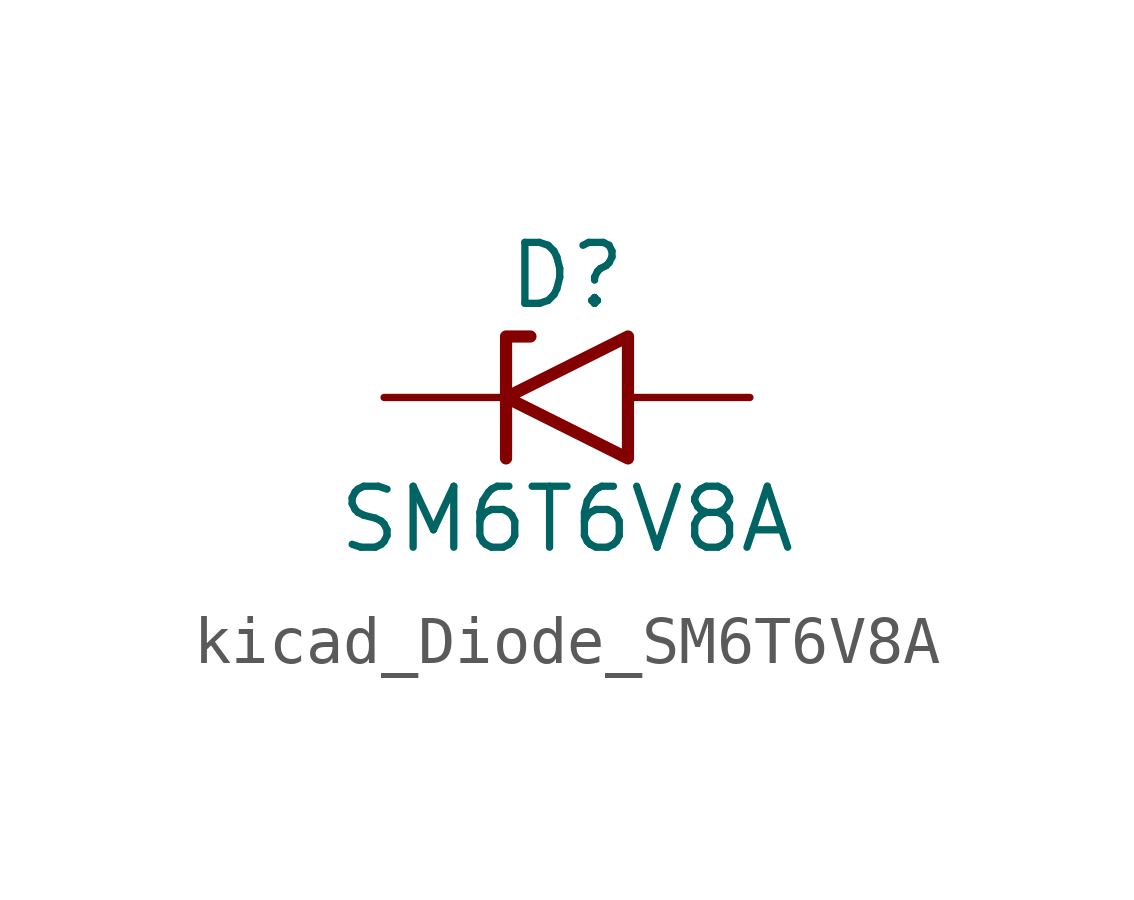
<source format=kicad_sym>
(kicad_symbol_lib
  (version 20220914)
  (generator kicad_symbol_editor)
  (symbol "kicad_Diode_SM6T6V8A"
    (pin_numbers hide)
    (pin_names
      (offset 1.016) hide)
    (property "Reference" "D"
      (at 0 2.54 0)
      (effects (font (size 1.27 1.27))))
    (property "Value" "SM6T6V8A"
      (at 0 -2.54 0)
      (effects (font (size 1.27 1.27))))
    (symbol "kicad_Diode_SM6T6V8A_0_1"
      (polyline (pts (xy -0.762 1.27) (xy -1.27 1.27) (xy -1.27 -1.27)) (stroke (width 0.254) (type default)) (fill (type none)))
      (polyline (pts (xy 1.27 1.27) (xy 1.27 -1.27) (xy -1.27 0) (xy 1.27 1.27)) (stroke (width 0.254) (type default)) (fill (type none))))
    (symbol "kicad_Diode_SM6T6V8A_1_1"
      (pin passive line (at -3.81 0 0) (length 2.54) (name "A1" (effects (font (size 1.27 1.27)))) (number "1" (effects (font (size 1.27 1.27)))))
      (pin passive line (at 3.81 0 180) (length 2.54) (name "A2" (effects (font (size 1.27 1.27)))) (number "2" (effects (font (size 1.27 1.27))))))))
</source>
